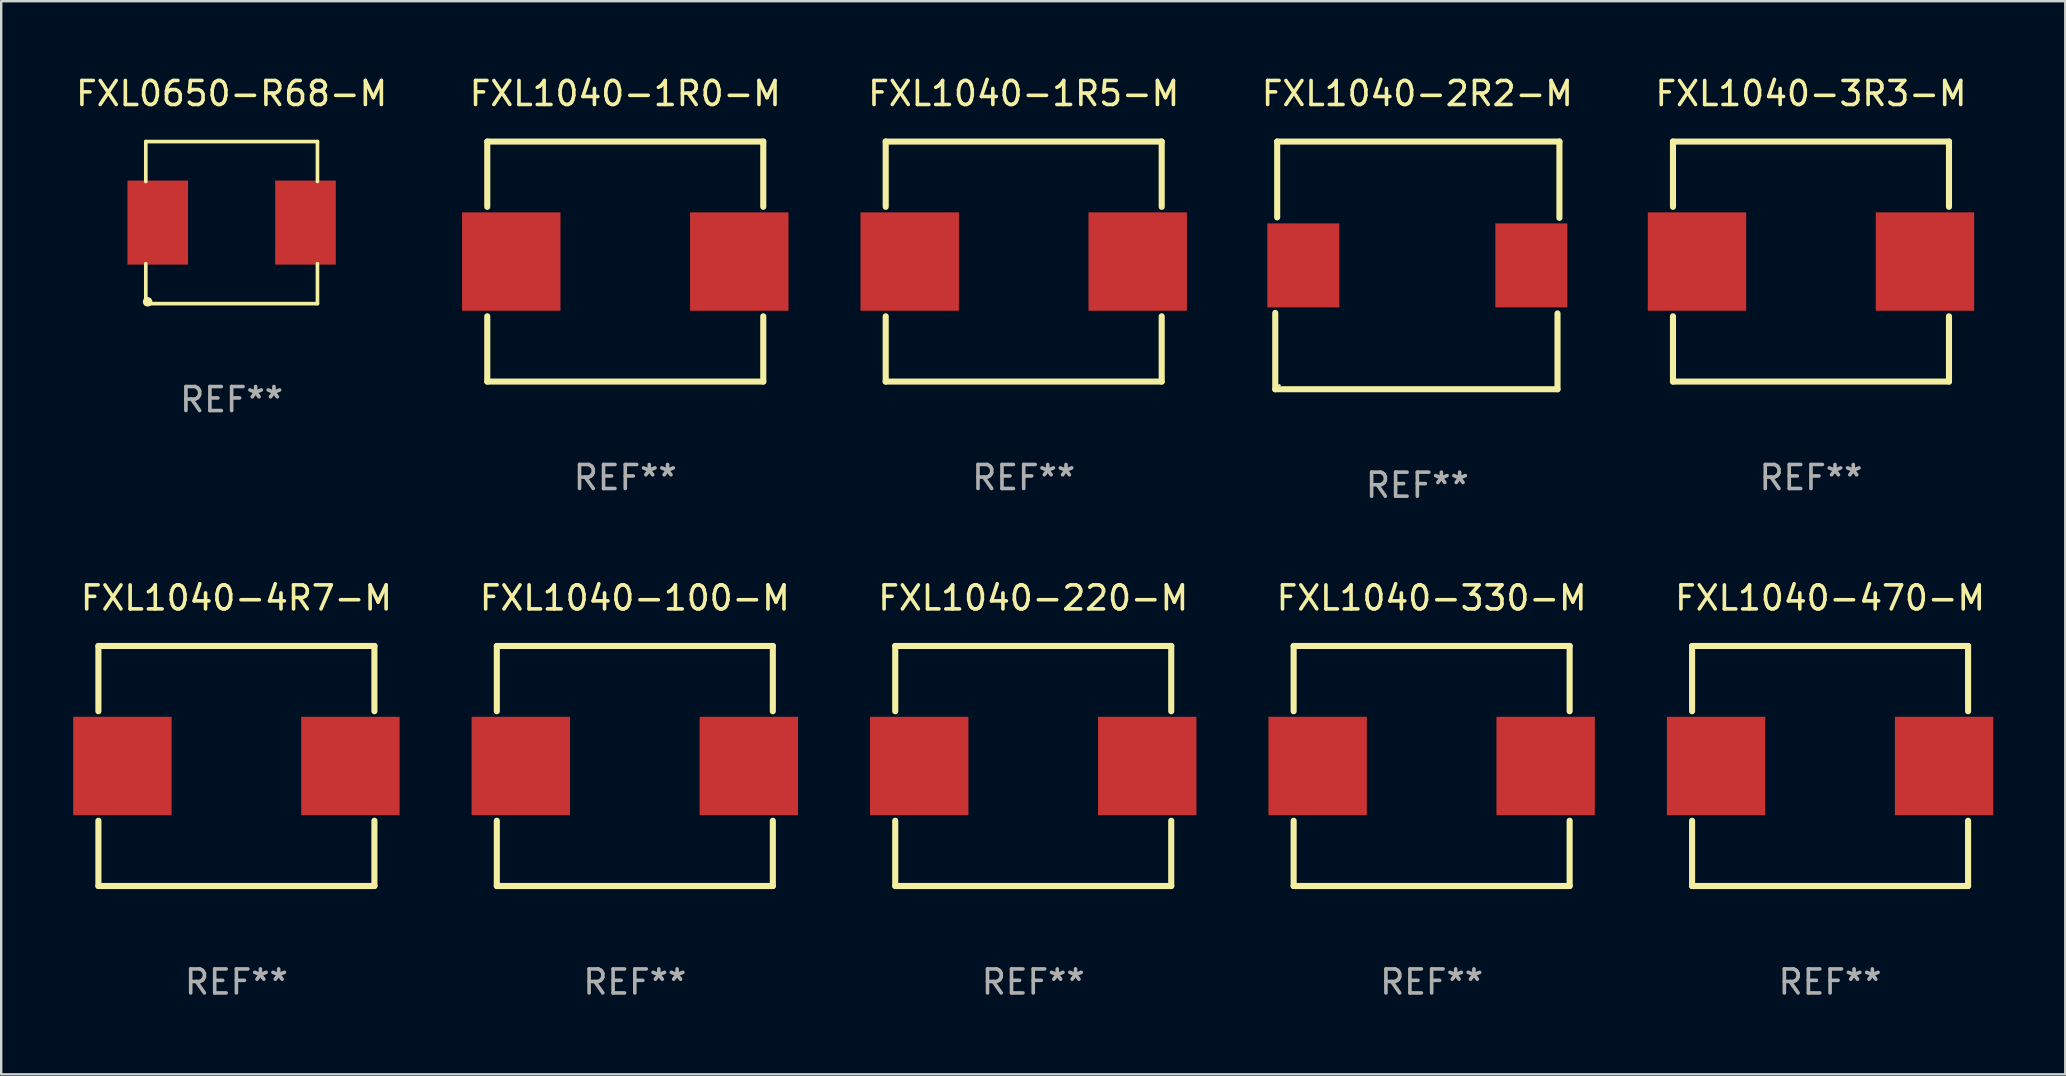
<source format=kicad_pcb>
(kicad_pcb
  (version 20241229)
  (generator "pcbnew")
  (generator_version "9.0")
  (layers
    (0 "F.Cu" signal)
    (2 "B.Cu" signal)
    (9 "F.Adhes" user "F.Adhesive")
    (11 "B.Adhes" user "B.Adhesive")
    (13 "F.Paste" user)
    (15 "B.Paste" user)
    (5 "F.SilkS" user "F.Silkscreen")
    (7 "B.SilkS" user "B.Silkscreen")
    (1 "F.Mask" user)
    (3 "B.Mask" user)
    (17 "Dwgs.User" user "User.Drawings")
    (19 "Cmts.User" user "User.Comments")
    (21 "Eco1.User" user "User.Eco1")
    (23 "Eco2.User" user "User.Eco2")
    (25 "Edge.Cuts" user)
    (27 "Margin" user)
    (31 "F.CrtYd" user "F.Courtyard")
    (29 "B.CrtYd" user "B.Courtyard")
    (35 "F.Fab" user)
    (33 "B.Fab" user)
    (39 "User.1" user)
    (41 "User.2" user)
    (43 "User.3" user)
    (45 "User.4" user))
  (footprint "FXL1040-100-M"
    (layer "F.Cu")
    (at 23.4 28.865)
    (property "Reference" "FXL1040-100-M" (at 0 -7 0) (layer "F.SilkS") (effects (font (size 1 1) (thickness 0.15))))
    (attr through_hole)
    (fp_line (start -5.75 -5) (end -5.75 -2.281) (stroke (width 0.254) (type solid)) (layer "F.SilkS"))
    (fp_line (start -5.75 -5) (end 5.75 -5) (stroke (width 0.254) (type solid)) (layer "F.SilkS"))
    (fp_line (start -5.75 2.281) (end -5.75 5) (stroke (width 0.254) (type solid)) (layer "F.SilkS"))
    (fp_line (start 5.75 -2.281) (end 5.75 -5) (stroke (width 0.254) (type solid)) (layer "F.SilkS"))
    (fp_line (start 5.75 5) (end -5.75 5) (stroke (width 0.254) (type solid)) (layer "F.SilkS"))
    (fp_line (start 5.75 5) (end 5.75 2.281) (stroke (width 0.254) (type solid)) (layer "F.SilkS"))
    (fp_circle (center -5.75 5) (end -5.7 5) (stroke (width 0.1) (type solid)) (fill no) (layer "F.SilkS"))
    (fp_text user "REF**" (at 0 9 0) (layer "F.Fab") (effects (font (size 1 1) (thickness 0.15))))
    (pad "1" smd rect (at -4.75 0) (size 4.1 4.1) (layers "F.Cu" "F.Mask" "F.Paste"))
    (pad "2" smd rect (at 4.75 0) (size 4.1 4.1) (layers "F.Cu" "F.Mask" "F.Paste")))
  (footprint "FXL1040-4R7-M"
    (layer "F.Cu")
    (at 6.8 28.865)
    (property "Reference" "FXL1040-4R7-M" (at 0 -7 0) (layer "F.SilkS") (effects (font (size 1 1) (thickness 0.15))))
    (attr through_hole)
    (fp_line (start -5.75 -5) (end -5.75 -2.281) (stroke (width 0.254) (type solid)) (layer "F.SilkS"))
    (fp_line (start -5.75 -5) (end 5.75 -5) (stroke (width 0.254) (type solid)) (layer "F.SilkS"))
    (fp_line (start -5.75 2.281) (end -5.75 5) (stroke (width 0.254) (type solid)) (layer "F.SilkS"))
    (fp_line (start 5.75 -2.281) (end 5.75 -5) (stroke (width 0.254) (type solid)) (layer "F.SilkS"))
    (fp_line (start 5.75 5) (end -5.75 5) (stroke (width 0.254) (type solid)) (layer "F.SilkS"))
    (fp_line (start 5.75 5) (end 5.75 2.281) (stroke (width 0.254) (type solid)) (layer "F.SilkS"))
    (fp_circle (center -5.75 5) (end -5.7 5) (stroke (width 0.1) (type solid)) (fill no) (layer "F.SilkS"))
    (fp_text user "REF**" (at 0 9 0) (layer "F.Fab") (effects (font (size 1 1) (thickness 0.15))))
    (pad "1" smd rect (at -4.75 0) (size 4.1 4.1) (layers "F.Cu" "F.Mask" "F.Paste"))
    (pad "2" smd rect (at 4.75 0) (size 4.1 4.1) (layers "F.Cu" "F.Mask" "F.Paste")))
  (footprint "FXL1040-1R5-M"
    (layer "F.Cu")
    (at 39.603 7.848)
    (property "Reference" "FXL1040-1R5-M" (at 0 -7 0) (layer "F.SilkS") (effects (font (size 1 1) (thickness 0.15))))
    (attr through_hole)
    (fp_line (start -5.75 -5) (end -5.75 -2.281) (stroke (width 0.254) (type solid)) (layer "F.SilkS"))
    (fp_line (start -5.75 -5) (end 5.75 -5) (stroke (width 0.254) (type solid)) (layer "F.SilkS"))
    (fp_line (start -5.75 2.281) (end -5.75 5) (stroke (width 0.254) (type solid)) (layer "F.SilkS"))
    (fp_line (start 5.75 -2.281) (end 5.75 -5) (stroke (width 0.254) (type solid)) (layer "F.SilkS"))
    (fp_line (start 5.75 5) (end -5.75 5) (stroke (width 0.254) (type solid)) (layer "F.SilkS"))
    (fp_line (start 5.75 5) (end 5.75 2.281) (stroke (width 0.254) (type solid)) (layer "F.SilkS"))
    (fp_circle (center -5.75 5) (end -5.7 5) (stroke (width 0.1) (type solid)) (fill no) (layer "F.SilkS"))
    (fp_text user "REF**" (at 0 9 0) (layer "F.Fab") (effects (font (size 1 1) (thickness 0.15))))
    (pad "1" smd rect (at -4.75 0) (size 4.1 4.1) (layers "F.Cu" "F.Mask" "F.Paste"))
    (pad "2" smd rect (at 4.75 0) (size 4.1 4.1) (layers "F.Cu" "F.Mask" "F.Paste")))
  (footprint "FXL1040-330-M"
    (layer "F.Cu")
    (at 56.6 28.865)
    (property "Reference" "FXL1040-330-M" (at 0 -7 0) (layer "F.SilkS") (effects (font (size 1 1) (thickness 0.15))))
    (attr through_hole)
    (fp_line (start -5.75 -5) (end -5.75 -2.281) (stroke (width 0.254) (type solid)) (layer "F.SilkS"))
    (fp_line (start -5.75 -5) (end 5.75 -5) (stroke (width 0.254) (type solid)) (layer "F.SilkS"))
    (fp_line (start -5.75 2.281) (end -5.75 5) (stroke (width 0.254) (type solid)) (layer "F.SilkS"))
    (fp_line (start 5.75 -2.281) (end 5.75 -5) (stroke (width 0.254) (type solid)) (layer "F.SilkS"))
    (fp_line (start 5.75 5) (end -5.75 5) (stroke (width 0.254) (type solid)) (layer "F.SilkS"))
    (fp_line (start 5.75 5) (end 5.75 2.281) (stroke (width 0.254) (type solid)) (layer "F.SilkS"))
    (fp_circle (center -5.75 5) (end -5.7 5) (stroke (width 0.1) (type solid)) (fill no) (layer "F.SilkS"))
    (fp_text user "REF**" (at 0 9 0) (layer "F.Fab") (effects (font (size 1 1) (thickness 0.15))))
    (pad "1" smd rect (at -4.75 0) (size 4.1 4.1) (layers "F.Cu" "F.Mask" "F.Paste"))
    (pad "2" smd rect (at 4.75 0) (size 4.1 4.1) (layers "F.Cu" "F.Mask" "F.Paste")))
  (footprint "FXL1040-3R3-M"
    (layer "F.Cu")
    (at 72.405 7.848)
    (property "Reference" "FXL1040-3R3-M" (at 0 -7 0) (layer "F.SilkS") (effects (font (size 1 1) (thickness 0.15))))
    (attr through_hole)
    (fp_line (start -5.75 -5) (end -5.75 -2.281) (stroke (width 0.254) (type solid)) (layer "F.SilkS"))
    (fp_line (start -5.75 -5) (end 5.75 -5) (stroke (width 0.254) (type solid)) (layer "F.SilkS"))
    (fp_line (start -5.75 2.281) (end -5.75 5) (stroke (width 0.254) (type solid)) (layer "F.SilkS"))
    (fp_line (start 5.75 -2.281) (end 5.75 -5) (stroke (width 0.254) (type solid)) (layer "F.SilkS"))
    (fp_line (start 5.75 5) (end -5.75 5) (stroke (width 0.254) (type solid)) (layer "F.SilkS"))
    (fp_line (start 5.75 5) (end 5.75 2.281) (stroke (width 0.254) (type solid)) (layer "F.SilkS"))
    (fp_circle (center -5.75 5) (end -5.7 5) (stroke (width 0.1) (type solid)) (fill no) (layer "F.SilkS"))
    (fp_text user "REF**" (at 0 9 0) (layer "F.Fab") (effects (font (size 1 1) (thickness 0.15))))
    (pad "1" smd rect (at -4.75 0) (size 4.1 4.1) (layers "F.Cu" "F.Mask" "F.Paste"))
    (pad "2" smd rect (at 4.75 0) (size 4.1 4.1) (layers "F.Cu" "F.Mask" "F.Paste")))
  (footprint "FXL0650-R68-M"
    (layer "F.Cu")
    (at 6.601 6.224)
    (property "Reference" "FXL0650-R68-M" (at 0 -5.376 0) (layer "F.SilkS") (effects (font (size 1 1) (thickness 0.15))))
    (attr through_hole)
    (fp_line (start -3.576 -3.376) (end 3.576 -3.376) (stroke (width 0.152) (type solid)) (layer "F.SilkS"))
    (fp_line (start -3.576 -1.712) (end -3.576 -3.376) (stroke (width 0.152) (type solid)) (layer "F.SilkS"))
    (fp_line (start -3.576 1.712) (end -3.576 3.376) (stroke (width 0.152) (type solid)) (layer "F.SilkS"))
    (fp_line (start -3.576 3.376) (end 3.576 3.376) (stroke (width 0.152) (type solid)) (layer "F.SilkS"))
    (fp_line (start 3.576 -3.376) (end 3.576 -1.712) (stroke (width 0.152) (type solid)) (layer "F.SilkS"))
    (fp_line (start 3.576 3.376) (end 3.576 1.712) (stroke (width 0.152) (type solid)) (layer "F.SilkS"))
    (fp_circle (center -3.5 3.3) (end -3.4 3.3) (stroke (width 0.2) (type solid)) (fill no) (layer "F.SilkS"))
    (fp_text user "REF**" (at 0 7.376 0) (layer "F.Fab") (effects (font (size 1 1) (thickness 0.15))))
    (pad "1" smd rect (at 3.078 0) (size 2.524 3.5) (layers "F.Cu" "F.Mask" "F.Paste"))
    (pad "2" smd rect (at -3.078 0) (size 2.524 3.5) (layers "F.Cu" "F.Mask" "F.Paste")))
  (footprint "FXL1040-1R0-M"
    (layer "F.Cu")
    (at 23.002 7.848)
    (property "Reference" "FXL1040-1R0-M" (at 0 -7 0) (layer "F.SilkS") (effects (font (size 1 1) (thickness 0.15))))
    (attr through_hole)
    (fp_line (start -5.75 -5) (end -5.75 -2.281) (stroke (width 0.254) (type solid)) (layer "F.SilkS"))
    (fp_line (start -5.75 -5) (end 5.75 -5) (stroke (width 0.254) (type solid)) (layer "F.SilkS"))
    (fp_line (start -5.75 2.281) (end -5.75 5) (stroke (width 0.254) (type solid)) (layer "F.SilkS"))
    (fp_line (start 5.75 -2.281) (end 5.75 -5) (stroke (width 0.254) (type solid)) (layer "F.SilkS"))
    (fp_line (start 5.75 5) (end -5.75 5) (stroke (width 0.254) (type solid)) (layer "F.SilkS"))
    (fp_line (start 5.75 5) (end 5.75 2.281) (stroke (width 0.254) (type solid)) (layer "F.SilkS"))
    (fp_circle (center -5.75 5) (end -5.7 5) (stroke (width 0.1) (type solid)) (fill no) (layer "F.SilkS"))
    (fp_text user "REF**" (at 0 9 0) (layer "F.Fab") (effects (font (size 1 1) (thickness 0.15))))
    (pad "1" smd rect (at -4.75 0) (size 4.1 4.1) (layers "F.Cu" "F.Mask" "F.Paste"))
    (pad "2" smd rect (at 4.75 0) (size 4.1 4.1) (layers "F.Cu" "F.Mask" "F.Paste")))
  (footprint "FXL1040-470-M"
    (layer "F.Cu")
    (at 73.201 28.865)
    (property "Reference" "FXL1040-470-M" (at 0 -7 0) (layer "F.SilkS") (effects (font (size 1 1) (thickness 0.15))))
    (attr through_hole)
    (fp_line (start -5.75 -5) (end -5.75 -2.281) (stroke (width 0.254) (type solid)) (layer "F.SilkS"))
    (fp_line (start -5.75 -5) (end 5.75 -5) (stroke (width 0.254) (type solid)) (layer "F.SilkS"))
    (fp_line (start -5.75 2.281) (end -5.75 5) (stroke (width 0.254) (type solid)) (layer "F.SilkS"))
    (fp_line (start 5.75 -2.281) (end 5.75 -5) (stroke (width 0.254) (type solid)) (layer "F.SilkS"))
    (fp_line (start 5.75 5) (end -5.75 5) (stroke (width 0.254) (type solid)) (layer "F.SilkS"))
    (fp_line (start 5.75 5) (end 5.75 2.281) (stroke (width 0.254) (type solid)) (layer "F.SilkS"))
    (fp_circle (center -5.75 5) (end -5.7 5) (stroke (width 0.1) (type solid)) (fill no) (layer "F.SilkS"))
    (fp_text user "REF**" (at 0 9 0) (layer "F.Fab") (effects (font (size 1 1) (thickness 0.15))))
    (pad "1" smd rect (at -4.75 0) (size 4.1 4.1) (layers "F.Cu" "F.Mask" "F.Paste"))
    (pad "2" smd rect (at 4.75 0) (size 4.1 4.1) (layers "F.Cu" "F.Mask" "F.Paste")))
  (footprint "FXL1040-2R2-M"
    (layer "F.Cu")
    (at 56.004 8.008)
    (property "Reference" "FXL1040-2R2-M" (at 0 -7.16 0) (layer "F.SilkS") (effects (font (size 1 1) (thickness 0.15))))
    (attr through_hole)
    (fp_line (start -5.92 5.16) (end -5.92 1.98) (stroke (width 0.254) (type solid)) (layer "F.SilkS"))
    (fp_line (start -5.84 -5.16) (end 5.92 -5.16) (stroke (width 0.254) (type solid)) (layer "F.SilkS"))
    (fp_line (start -5.84 -2) (end -5.84 -5.16) (stroke (width 0.254) (type solid)) (layer "F.SilkS"))
    (fp_line (start 5.84 2) (end 5.84 5.16) (stroke (width 0.254) (type solid)) (layer "F.SilkS"))
    (fp_line (start 5.84 5.16) (end -5.92 5.16) (stroke (width 0.254) (type solid)) (layer "F.SilkS"))
    (fp_line (start 5.92 -5.16) (end 5.92 -1.98) (stroke (width 0.254) (type solid)) (layer "F.SilkS"))
    (fp_circle (center -5.75 5) (end -5.72 5) (stroke (width 0.06) (type solid)) (fill no) (layer "F.SilkS"))
    (fp_text user "REF**" (at 0 9.16 0) (layer "F.Fab") (effects (font (size 1 1) (thickness 0.15))))
    (pad "1" smd rect (at -4.75 0) (size 3 3.5) (layers "F.Cu" "F.Mask" "F.Paste"))
    (pad "2" smd rect (at 4.75 0) (size 3 3.5) (layers "F.Cu" "F.Mask" "F.Paste")))
  (footprint "FXL1040-220-M"
    (layer "F.Cu")
    (at 40 28.865)
    (property "Reference" "FXL1040-220-M" (at 0 -7 0) (layer "F.SilkS") (effects (font (size 1 1) (thickness 0.15))))
    (attr through_hole)
    (fp_line (start -5.75 -5) (end -5.75 -2.281) (stroke (width 0.254) (type solid)) (layer "F.SilkS"))
    (fp_line (start -5.75 -5) (end 5.75 -5) (stroke (width 0.254) (type solid)) (layer "F.SilkS"))
    (fp_line (start -5.75 2.281) (end -5.75 5) (stroke (width 0.254) (type solid)) (layer "F.SilkS"))
    (fp_line (start 5.75 -2.281) (end 5.75 -5) (stroke (width 0.254) (type solid)) (layer "F.SilkS"))
    (fp_line (start 5.75 5) (end -5.75 5) (stroke (width 0.254) (type solid)) (layer "F.SilkS"))
    (fp_line (start 5.75 5) (end 5.75 2.281) (stroke (width 0.254) (type solid)) (layer "F.SilkS"))
    (fp_circle (center -5.75 5) (end -5.7 5) (stroke (width 0.1) (type solid)) (fill no) (layer "F.SilkS"))
    (fp_text user "REF**" (at 0 9 0) (layer "F.Fab") (effects (font (size 1 1) (thickness 0.15))))
    (pad "1" smd rect (at -4.75 0) (size 4.1 4.1) (layers "F.Cu" "F.Mask" "F.Paste"))
    (pad "2" smd rect (at 4.75 0) (size 4.1 4.1) (layers "F.Cu" "F.Mask" "F.Paste")))
  (gr_rect
    (start -3 -3)
    (end 83.001 41.713)
    (stroke (width 0.1) (type default))
    (fill no)
    (layer "Edge.Cuts")))
</source>
